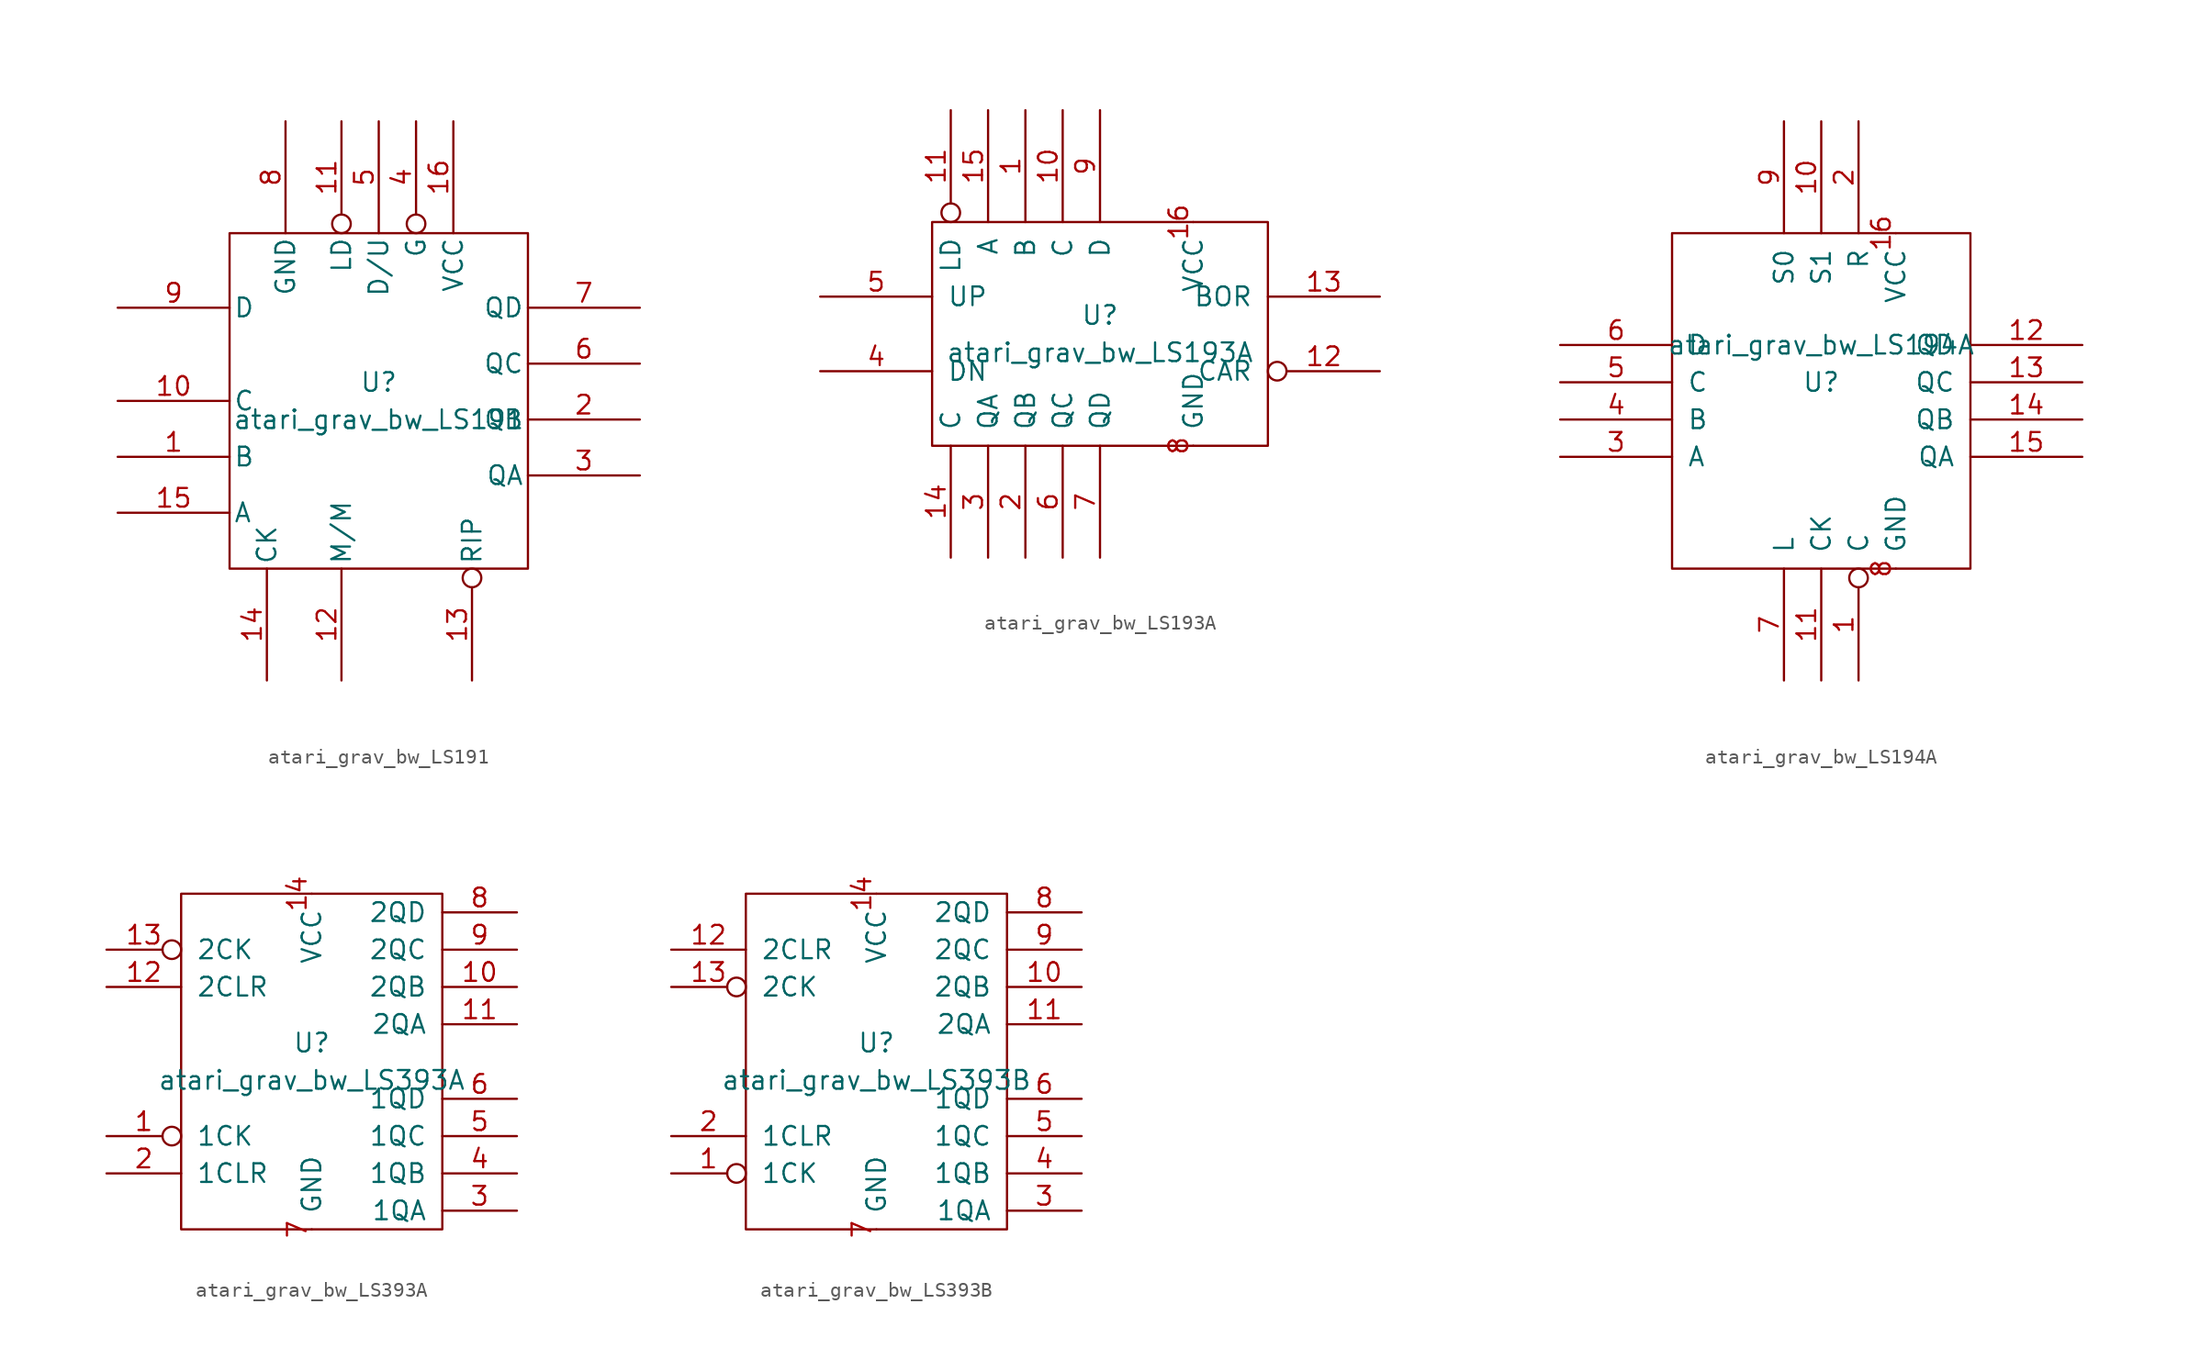
<source format=kicad_sym>
(kicad_symbol_lib
  (version 20211014)
  (generator kicad_symbol_editor)
  (symbol "atari_grav_bw_LS191"
    (pin_names
      (offset 0.254))
    (property "Reference" "U"
      (at 0 1.27 0)
      (effects (font (size 1.27 1.27))))
    (property "Value" "atari_grav_bw_LS191"
      (at 0 -1.27 0)
      (effects (font (size 1.27 1.27))))
    (symbol "atari_grav_bw_LS191_0_0"
      (pin power_in line (at 5.08 19.05 270) (length 7.62) (name "VCC" (effects (font (size 1.27 1.27)))) (number "16" (effects (font (size 1.27 1.27)))))
      (pin power_in line (at -6.35 19.05 270) (length 7.62) (name "GND" (effects (font (size 1.27 1.27)))) (number "8" (effects (font (size 1.27 1.27))))))
    (symbol "atari_grav_bw_LS191_0_1"
      (rectangle (start -10.16 11.43) (end 10.16 -11.43) (stroke (width 0) (type default) (color 0 0 0 0)) (fill (type none))))
    (symbol "atari_grav_bw_LS191_1_1"
      (pin input line (at -17.78 -3.81 0) (length 7.62) (name "B" (effects (font (size 1.27 1.27)))) (number "1" (effects (font (size 1.27 1.27)))))
      (pin input line (at -17.78 0 0) (length 7.62) (name "C" (effects (font (size 1.27 1.27)))) (number "10" (effects (font (size 1.27 1.27)))))
      (pin input inverted (at -2.54 19.05 270) (length 7.62) (name "LD" (effects (font (size 1.27 1.27)))) (number "11" (effects (font (size 1.27 1.27)))))
      (pin input line (at -2.54 -19.05 90) (length 7.62) (name "M/M" (effects (font (size 1.27 1.27)))) (number "12" (effects (font (size 1.27 1.27)))))
      (pin input inverted (at 6.35 -19.05 90) (length 7.62) (name "RIP" (effects (font (size 1.27 1.27)))) (number "13" (effects (font (size 1.27 1.27)))))
      (pin input line (at -7.62 -19.05 90) (length 7.62) (name "CK" (effects (font (size 1.27 1.27)))) (number "14" (effects (font (size 1.27 1.27)))))
      (pin input line (at -17.78 -7.62 0) (length 7.62) (name "A" (effects (font (size 1.27 1.27)))) (number "15" (effects (font (size 1.27 1.27)))))
      (pin output line (at 17.78 -1.27 180) (length 7.62) (name "QB" (effects (font (size 1.27 1.27)))) (number "2" (effects (font (size 1.27 1.27)))))
      (pin output line (at 17.78 -5.08 180) (length 7.62) (name "QA" (effects (font (size 1.27 1.27)))) (number "3" (effects (font (size 1.27 1.27)))))
      (pin input inverted (at 2.54 19.05 270) (length 7.62) (name "G" (effects (font (size 1.27 1.27)))) (number "4" (effects (font (size 1.27 1.27)))))
      (pin input line (at 0 19.05 270) (length 7.62) (name "D/U" (effects (font (size 1.27 1.27)))) (number "5" (effects (font (size 1.27 1.27)))))
      (pin output line (at 17.78 2.54 180) (length 7.62) (name "QC" (effects (font (size 1.27 1.27)))) (number "6" (effects (font (size 1.27 1.27)))))
      (pin output line (at 17.78 6.35 180) (length 7.62) (name "QD" (effects (font (size 1.27 1.27)))) (number "7" (effects (font (size 1.27 1.27)))))
      (pin input line (at -17.78 6.35 0) (length 7.62) (name "D" (effects (font (size 1.27 1.27)))) (number "9" (effects (font (size 1.27 1.27)))))))
  (symbol "atari_grav_bw_LS193A"
    (pin_names
      (offset 1.016))
    (property "Reference" "U"
      (at 0 1.27 0)
      (effects (font (size 1.27 1.27))))
    (property "Value" "atari_grav_bw_LS193A"
      (at 0 -1.27 0)
      (effects (font (size 1.27 1.27))))
    (symbol "atari_grav_bw_LS193A_1_1"
      (rectangle (start -11.43 7.62) (end 11.43 -7.62) (stroke (width 0) (type default) (color 0 0 0 0)) (fill (type none)))
      (pin input line (at -5.08 15.24 270) (length 7.62) (name "B" (effects (font (size 1.27 1.27)))) (number "1" (effects (font (size 1.27 1.27)))))
      (pin input line (at -2.54 15.24 270) (length 7.62) (name "C" (effects (font (size 1.27 1.27)))) (number "10" (effects (font (size 1.27 1.27)))))
      (pin input inverted (at -10.16 15.24 270) (length 7.62) (name "LD" (effects (font (size 1.27 1.27)))) (number "11" (effects (font (size 1.27 1.27)))))
      (pin output inverted (at 19.05 -2.54 180) (length 7.62) (name "CAR" (effects (font (size 1.27 1.27)))) (number "12" (effects (font (size 1.27 1.27)))))
      (pin input line (at 19.05 2.54 180) (length 7.62) (name "BOR" (effects (font (size 1.27 1.27)))) (number "13" (effects (font (size 1.27 1.27)))))
      (pin input line (at -10.16 -15.24 90) (length 7.62) (name "C" (effects (font (size 1.27 1.27)))) (number "14" (effects (font (size 1.27 1.27)))))
      (pin input line (at -7.62 15.24 270) (length 7.62) (name "A" (effects (font (size 1.27 1.27)))) (number "15" (effects (font (size 1.27 1.27)))))
      (pin power_in line (at 6.35 7.62 270) (length 0) (name "VCC" (effects (font (size 1.27 1.27)))) (number "16" (effects (font (size 1.27 1.27)))))
      (pin output line (at -5.08 -15.24 90) (length 7.62) (name "QB" (effects (font (size 1.27 1.27)))) (number "2" (effects (font (size 1.27 1.27)))))
      (pin output line (at -7.62 -15.24 90) (length 7.62) (name "QA" (effects (font (size 1.27 1.27)))) (number "3" (effects (font (size 1.27 1.27)))))
      (pin input line (at -19.05 -2.54 0) (length 7.62) (name "DN" (effects (font (size 1.27 1.27)))) (number "4" (effects (font (size 1.27 1.27)))))
      (pin input line (at -19.05 2.54 0) (length 7.62) (name "UP" (effects (font (size 1.27 1.27)))) (number "5" (effects (font (size 1.27 1.27)))))
      (pin output line (at -2.54 -15.24 90) (length 7.62) (name "QC" (effects (font (size 1.27 1.27)))) (number "6" (effects (font (size 1.27 1.27)))))
      (pin output line (at 0 -15.24 90) (length 7.62) (name "QD" (effects (font (size 1.27 1.27)))) (number "7" (effects (font (size 1.27 1.27)))))
      (pin power_in line (at 6.35 -7.62 90) (length 0) (name "GND" (effects (font (size 1.27 1.27)))) (number "8" (effects (font (size 1.27 1.27)))))
      (pin input line (at 0 15.24 270) (length 7.62) (name "D" (effects (font (size 1.27 1.27)))) (number "9" (effects (font (size 1.27 1.27)))))))
  (symbol "atari_grav_bw_LS194A"
    (pin_names
      (offset 1.016))
    (property "Reference" "U"
      (at 0 8.89 0)
      (effects (font (size 1.27 1.27))))
    (property "Value" "atari_grav_bw_LS194A"
      (at 0 11.43 0)
      (effects (font (size 1.27 1.27))))
    (symbol "atari_grav_bw_LS194A_1_1"
      (rectangle (start -10.16 19.05) (end 10.16 -3.81) (stroke (width 0) (type default) (color 0 0 0 0)) (fill (type none)))
      (pin input inverted (at 2.54 -11.43 90) (length 7.62) (name "C" (effects (font (size 1.27 1.27)))) (number "1" (effects (font (size 1.27 1.27)))))
      (pin input line (at 0 26.67 270) (length 7.62) (name "S1" (effects (font (size 1.27 1.27)))) (number "10" (effects (font (size 1.27 1.27)))))
      (pin input line (at 0 -11.43 90) (length 7.62) (name "CK" (effects (font (size 1.27 1.27)))) (number "11" (effects (font (size 1.27 1.27)))))
      (pin output line (at 17.78 11.43 180) (length 7.62) (name "QD" (effects (font (size 1.27 1.27)))) (number "12" (effects (font (size 1.27 1.27)))))
      (pin output line (at 17.78 8.89 180) (length 7.62) (name "QC" (effects (font (size 1.27 1.27)))) (number "13" (effects (font (size 1.27 1.27)))))
      (pin output line (at 17.78 6.35 180) (length 7.62) (name "QB" (effects (font (size 1.27 1.27)))) (number "14" (effects (font (size 1.27 1.27)))))
      (pin output line (at 17.78 3.81 180) (length 7.62) (name "QA" (effects (font (size 1.27 1.27)))) (number "15" (effects (font (size 1.27 1.27)))))
      (pin power_in line (at 5.08 19.05 270) (length 0) (name "VCC" (effects (font (size 1.27 1.27)))) (number "16" (effects (font (size 1.27 1.27)))))
      (pin input line (at 2.54 26.67 270) (length 7.62) (name "R" (effects (font (size 1.27 1.27)))) (number "2" (effects (font (size 1.27 1.27)))))
      (pin input line (at -17.78 3.81 0) (length 7.62) (name "A" (effects (font (size 1.27 1.27)))) (number "3" (effects (font (size 1.27 1.27)))))
      (pin input line (at -17.78 6.35 0) (length 7.62) (name "B" (effects (font (size 1.27 1.27)))) (number "4" (effects (font (size 1.27 1.27)))))
      (pin input line (at -17.78 8.89 0) (length 7.62) (name "C" (effects (font (size 1.27 1.27)))) (number "5" (effects (font (size 1.27 1.27)))))
      (pin input line (at -17.78 11.43 0) (length 7.62) (name "D" (effects (font (size 1.27 1.27)))) (number "6" (effects (font (size 1.27 1.27)))))
      (pin input line (at -2.54 -11.43 90) (length 7.62) (name "L" (effects (font (size 1.27 1.27)))) (number "7" (effects (font (size 1.27 1.27)))))
      (pin power_in line (at 5.08 -3.81 90) (length 0) (name "GND" (effects (font (size 1.27 1.27)))) (number "8" (effects (font (size 1.27 1.27)))))
      (pin input line (at -2.54 26.67 270) (length 7.62) (name "S0" (effects (font (size 1.27 1.27)))) (number "9" (effects (font (size 1.27 1.27)))))))
  (symbol "atari_grav_bw_LS393A"
    (pin_names
      (offset 1.016))
    (property "Reference" "U"
      (at 0 1.27 0)
      (effects (font (size 1.27 1.27))))
    (property "Value" "atari_grav_bw_LS393A"
      (at 0 -1.27 0)
      (effects (font (size 1.27 1.27))))
    (symbol "atari_grav_bw_LS393A_1_1"
      (rectangle (start -8.89 11.43) (end 8.89 -11.43) (stroke (width 0) (type default) (color 0 0 0 0)) (fill (type none)))
      (pin input inverted (at -13.97 -5.08 0) (length 5.08) (name "1CK" (effects (font (size 1.27 1.27)))) (number "1" (effects (font (size 1.27 1.27)))))
      (pin output line (at 13.97 5.08 180) (length 5.08) (name "2QB" (effects (font (size 1.27 1.27)))) (number "10" (effects (font (size 1.27 1.27)))))
      (pin output line (at 13.97 2.54 180) (length 5.08) (name "2QA" (effects (font (size 1.27 1.27)))) (number "11" (effects (font (size 1.27 1.27)))))
      (pin input line (at -13.97 5.08 0) (length 5.08) (name "2CLR" (effects (font (size 1.27 1.27)))) (number "12" (effects (font (size 1.27 1.27)))))
      (pin input inverted (at -13.97 7.62 0) (length 5.08) (name "2CK" (effects (font (size 1.27 1.27)))) (number "13" (effects (font (size 1.27 1.27)))))
      (pin power_in line (at 0 11.43 270) (length 0) (name "VCC" (effects (font (size 1.27 1.27)))) (number "14" (effects (font (size 1.27 1.27)))))
      (pin input line (at -13.97 -7.62 0) (length 5.08) (name "1CLR" (effects (font (size 1.27 1.27)))) (number "2" (effects (font (size 1.27 1.27)))))
      (pin output line (at 13.97 -10.16 180) (length 5.08) (name "1QA" (effects (font (size 1.27 1.27)))) (number "3" (effects (font (size 1.27 1.27)))))
      (pin output line (at 13.97 -7.62 180) (length 5.08) (name "1QB" (effects (font (size 1.27 1.27)))) (number "4" (effects (font (size 1.27 1.27)))))
      (pin output line (at 13.97 -5.08 180) (length 5.08) (name "1QC" (effects (font (size 1.27 1.27)))) (number "5" (effects (font (size 1.27 1.27)))))
      (pin output line (at 13.97 -2.54 180) (length 5.08) (name "1QD" (effects (font (size 1.27 1.27)))) (number "6" (effects (font (size 1.27 1.27)))))
      (pin power_in line (at 0 -11.43 90) (length 0) (name "GND" (effects (font (size 1.27 1.27)))) (number "7" (effects (font (size 1.27 1.27)))))
      (pin output line (at 13.97 10.16 180) (length 5.08) (name "2QD" (effects (font (size 1.27 1.27)))) (number "8" (effects (font (size 1.27 1.27)))))
      (pin output line (at 13.97 7.62 180) (length 5.08) (name "2QC" (effects (font (size 1.27 1.27)))) (number "9" (effects (font (size 1.27 1.27)))))))
  (symbol "atari_grav_bw_LS393B"
    (pin_names
      (offset 1.016))
    (property "Reference" "U"
      (at 0 1.27 0)
      (effects (font (size 1.27 1.27))))
    (property "Value" "atari_grav_bw_LS393B"
      (at 0 -1.27 0)
      (effects (font (size 1.27 1.27))))
    (symbol "atari_grav_bw_LS393B_1_1"
      (rectangle (start -8.89 11.43) (end 8.89 -11.43) (stroke (width 0) (type default) (color 0 0 0 0)) (fill (type none)))
      (pin input inverted (at -13.97 -7.62 0) (length 5.08) (name "1CK" (effects (font (size 1.27 1.27)))) (number "1" (effects (font (size 1.27 1.27)))))
      (pin output line (at 13.97 5.08 180) (length 5.08) (name "2QB" (effects (font (size 1.27 1.27)))) (number "10" (effects (font (size 1.27 1.27)))))
      (pin output line (at 13.97 2.54 180) (length 5.08) (name "2QA" (effects (font (size 1.27 1.27)))) (number "11" (effects (font (size 1.27 1.27)))))
      (pin input line (at -13.97 7.62 0) (length 5.08) (name "2CLR" (effects (font (size 1.27 1.27)))) (number "12" (effects (font (size 1.27 1.27)))))
      (pin input inverted (at -13.97 5.08 0) (length 5.08) (name "2CK" (effects (font (size 1.27 1.27)))) (number "13" (effects (font (size 1.27 1.27)))))
      (pin power_in line (at 0 11.43 270) (length 0) (name "VCC" (effects (font (size 1.27 1.27)))) (number "14" (effects (font (size 1.27 1.27)))))
      (pin input line (at -13.97 -5.08 0) (length 5.08) (name "1CLR" (effects (font (size 1.27 1.27)))) (number "2" (effects (font (size 1.27 1.27)))))
      (pin output line (at 13.97 -10.16 180) (length 5.08) (name "1QA" (effects (font (size 1.27 1.27)))) (number "3" (effects (font (size 1.27 1.27)))))
      (pin output line (at 13.97 -7.62 180) (length 5.08) (name "1QB" (effects (font (size 1.27 1.27)))) (number "4" (effects (font (size 1.27 1.27)))))
      (pin output line (at 13.97 -5.08 180) (length 5.08) (name "1QC" (effects (font (size 1.27 1.27)))) (number "5" (effects (font (size 1.27 1.27)))))
      (pin output line (at 13.97 -2.54 180) (length 5.08) (name "1QD" (effects (font (size 1.27 1.27)))) (number "6" (effects (font (size 1.27 1.27)))))
      (pin power_in line (at 0 -11.43 90) (length 0) (name "GND" (effects (font (size 1.27 1.27)))) (number "7" (effects (font (size 1.27 1.27)))))
      (pin output line (at 13.97 10.16 180) (length 5.08) (name "2QD" (effects (font (size 1.27 1.27)))) (number "8" (effects (font (size 1.27 1.27)))))
      (pin output line (at 13.97 7.62 180) (length 5.08) (name "2QC" (effects (font (size 1.27 1.27)))) (number "9" (effects (font (size 1.27 1.27))))))))
</source>
